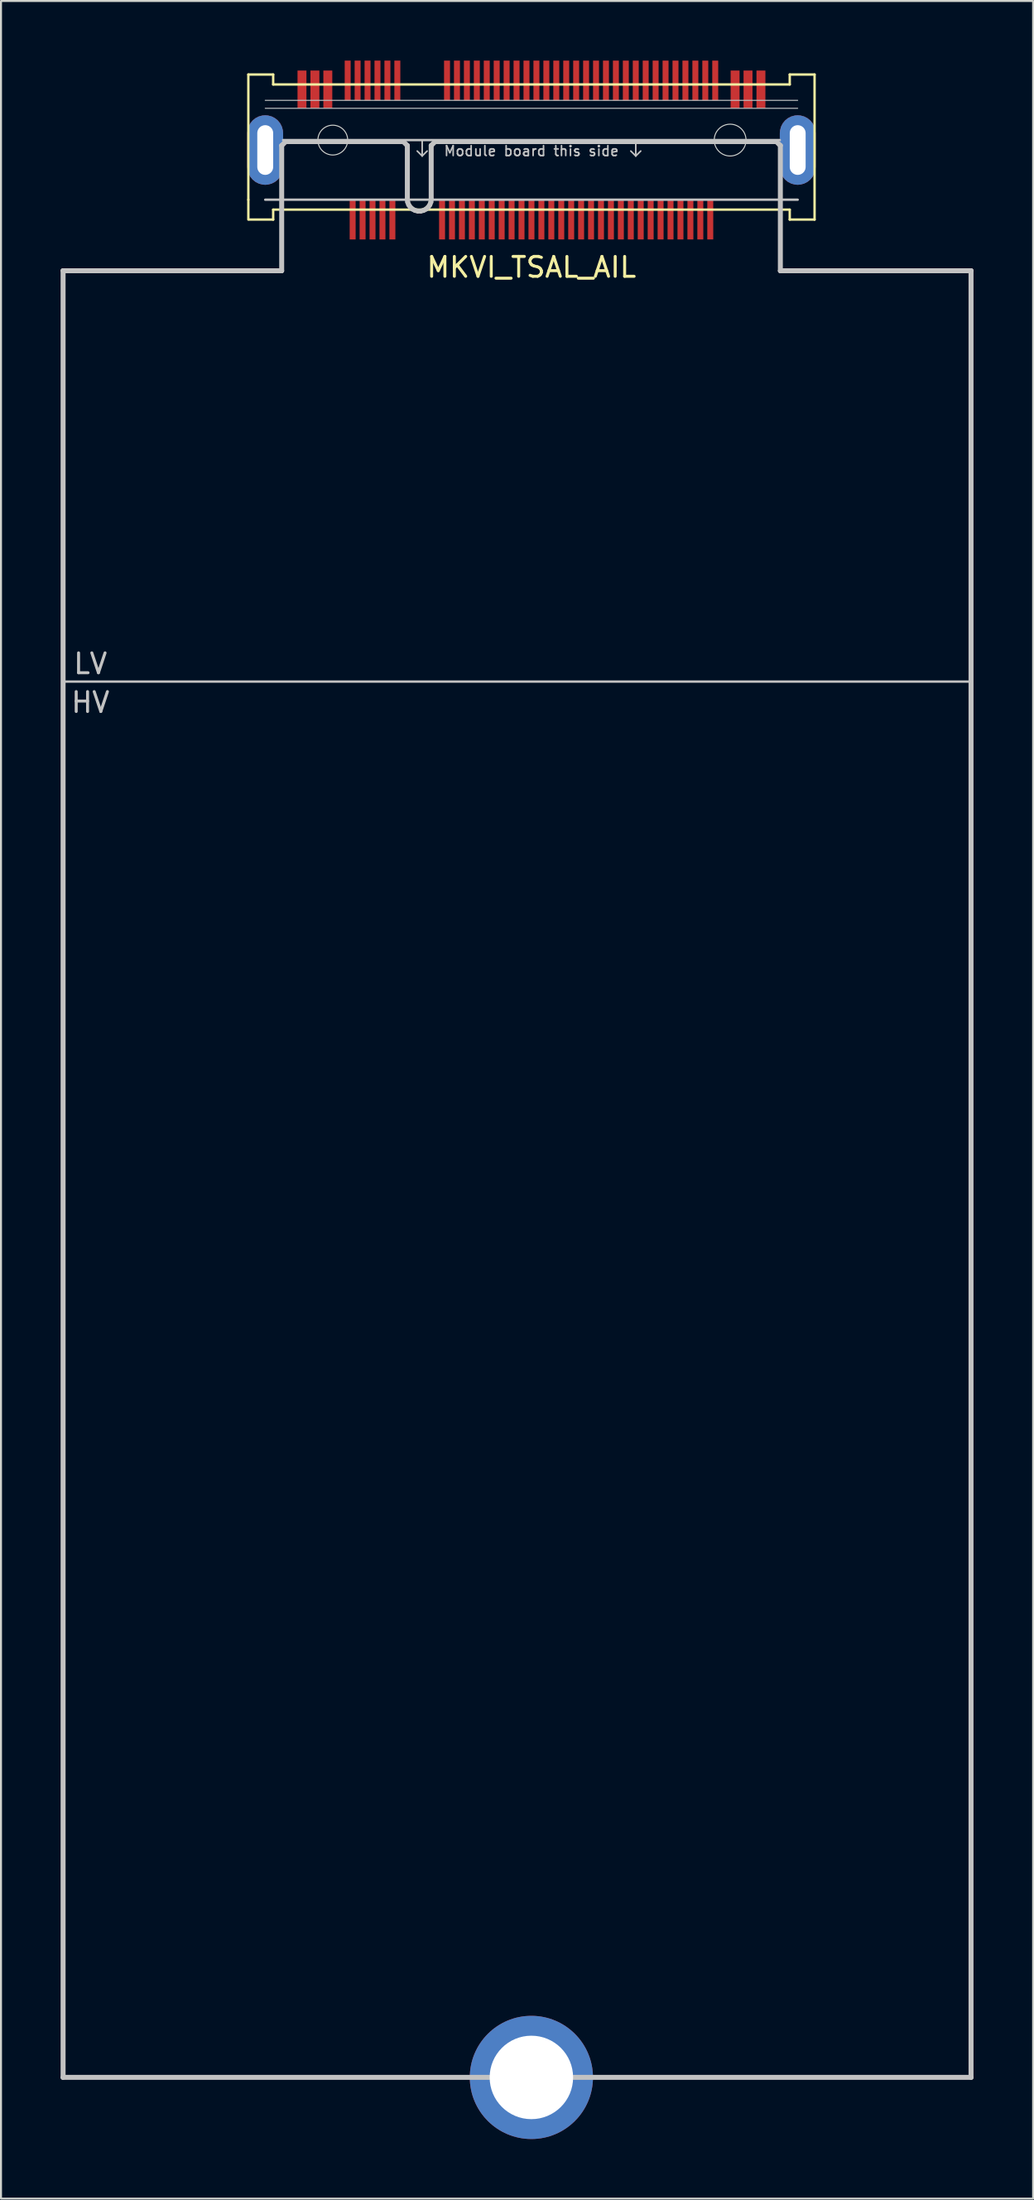
<source format=kicad_pcb>
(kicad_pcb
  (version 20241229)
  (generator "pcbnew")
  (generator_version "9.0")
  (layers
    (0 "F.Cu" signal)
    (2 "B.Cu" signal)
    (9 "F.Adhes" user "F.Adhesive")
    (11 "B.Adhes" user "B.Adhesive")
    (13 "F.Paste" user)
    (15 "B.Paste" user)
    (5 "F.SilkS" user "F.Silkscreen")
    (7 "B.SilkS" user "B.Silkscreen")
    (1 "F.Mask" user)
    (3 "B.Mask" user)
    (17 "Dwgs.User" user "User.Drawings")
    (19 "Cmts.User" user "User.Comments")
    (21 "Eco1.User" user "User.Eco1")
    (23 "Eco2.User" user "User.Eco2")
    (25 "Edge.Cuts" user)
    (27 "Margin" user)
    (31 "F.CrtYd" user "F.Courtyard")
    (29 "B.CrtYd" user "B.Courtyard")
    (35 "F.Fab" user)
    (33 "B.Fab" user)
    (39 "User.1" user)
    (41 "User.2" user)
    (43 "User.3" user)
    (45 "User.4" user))
  (footprint "MKVI_TSAL_AIL"
    (layer "F.Cu")
    (at 23.7 4)
    (property "Reference" "MKVI_TSAL_AIL" (at 0 6.4 0) (unlocked yes) (layer "F.SilkS") (effects (font (size 1 1) (thickness 0.15))))
    (attr smd)
    (fp_line (start -14.25 -3.3) (end -14.25 3) (stroke (width 0.12) (type solid)) (layer "F.SilkS"))
    (fp_line (start -14.25 3) (end -14.25 4) (stroke (width 0.12) (type solid)) (layer "F.SilkS"))
    (fp_line (start -14.2 4) (end -13 4) (stroke (width 0.12) (type solid)) (layer "F.SilkS"))
    (fp_line (start -13 -3.3) (end -14.25 -3.3) (stroke (width 0.12) (type solid)) (layer "F.SilkS"))
    (fp_line (start -13 -2.8) (end -13 -3.3) (stroke (width 0.12) (type solid)) (layer "F.SilkS"))
    (fp_line (start -13 3.5) (end 13 3.5) (stroke (width 0.12) (type solid)) (layer "F.SilkS"))
    (fp_line (start -13 4) (end -13 3.5) (stroke (width 0.12) (type solid)) (layer "F.SilkS"))
    (fp_line (start 13 -3.3) (end 13 -2.8) (stroke (width 0.12) (type solid)) (layer "F.SilkS"))
    (fp_line (start 13 -2.8) (end -13 -2.8) (stroke (width 0.12) (type solid)) (layer "F.SilkS"))
    (fp_line (start 13 3.5) (end 13 4) (stroke (width 0.12) (type solid)) (layer "F.SilkS"))
    (fp_line (start 13 4) (end 14.25 4) (stroke (width 0.12) (type solid)) (layer "F.SilkS"))
    (fp_line (start 14.25 -3.3) (end 13 -3.3) (stroke (width 0.12) (type solid)) (layer "F.SilkS"))
    (fp_line (start 14.25 4) (end 14.25 -3.3) (stroke (width 0.12) (type solid)) (layer "F.SilkS"))
    (fp_line (start -23.6 6.575) (end -23.593 6.558) (stroke (width 0.2) (type solid)) (layer "Dwgs.User"))
    (fp_line (start -23.6 97.492) (end -23.6 6.575) (stroke (width 0.2) (type solid)) (layer "Dwgs.User"))
    (fp_line (start -23.593 6.558) (end -23.575 6.55) (stroke (width 0.2) (type solid)) (layer "Dwgs.User"))
    (fp_line (start -23.593 97.51) (end -23.6 97.492) (stroke (width 0.2) (type solid)) (layer "Dwgs.User"))
    (fp_line (start -23.575 6.55) (end -12.597 6.55) (stroke (width 0.2) (type solid)) (layer "Dwgs.User"))
    (fp_line (start -23.575 97.517) (end -23.593 97.51) (stroke (width 0.2) (type solid)) (layer "Dwgs.User"))
    (fp_line (start -23.55 6.6) (end -23.55 97.467) (stroke (width 0.2) (type solid)) (layer "Dwgs.User"))
    (fp_line (start -23.55 97.467) (end 22.1 97.467) (stroke (width 0.2) (type solid)) (layer "Dwgs.User"))
    (fp_line (start -13.4 -2) (end 13.4 -2) (stroke (width 0.05) (type solid)) (layer "Dwgs.User"))
    (fp_line (start -13.4 -1.6) (end 13.4 -1.6) (stroke (width 0.05) (type solid)) (layer "Dwgs.User"))
    (fp_line (start -13.4 3) (end 13.4 3) (stroke (width 0.12) (type solid)) (layer "Dwgs.User"))
    (fp_line (start -12.597 0.275) (end -12.59 0.258) (stroke (width 0.2) (type solid)) (layer "Dwgs.User"))
    (fp_line (start -12.597 6.55) (end -12.597 0.275) (stroke (width 0.2) (type solid)) (layer "Dwgs.User"))
    (fp_line (start -12.59 0.258) (end -12.39 0.058) (stroke (width 0.2) (type solid)) (layer "Dwgs.User"))
    (fp_line (start -12.572 6.6) (end -23.55 6.6) (stroke (width 0.2) (type solid)) (layer "Dwgs.User"))
    (fp_line (start -12.555 6.593) (end -12.572 6.6) (stroke (width 0.2) (type solid)) (layer "Dwgs.User"))
    (fp_line (start -12.547 0.286) (end -12.547 6.575) (stroke (width 0.2) (type solid)) (layer "Dwgs.User"))
    (fp_line (start -12.547 6.575) (end -12.555 6.593) (stroke (width 0.2) (type solid)) (layer "Dwgs.User"))
    (fp_line (start -12.5 0) (end 12.5 0) (stroke (width 0.12) (type solid)) (layer "Dwgs.User"))
    (fp_line (start -12.39 0.058) (end -12.39 0.058) (stroke (width 0.2) (type solid)) (layer "Dwgs.User"))
    (fp_line (start -12.39 0.058) (end -12.39 0.058) (stroke (width 0.2) (type solid)) (layer "Dwgs.User"))
    (fp_line (start -12.39 0.058) (end -12.372 0.05) (stroke (width 0.2) (type solid)) (layer "Dwgs.User"))
    (fp_line (start -12.372 0.05) (end -12.372 0.05) (stroke (width 0.2) (type solid)) (layer "Dwgs.User"))
    (fp_line (start -12.372 0.05) (end -6.447 0.05) (stroke (width 0.2) (type solid)) (layer "Dwgs.User"))
    (fp_line (start -12.362 0.1) (end -12.547 0.286) (stroke (width 0.2) (type solid)) (layer "Dwgs.User"))
    (fp_line (start -6.458 0.1) (end -12.362 0.1) (stroke (width 0.2) (type solid)) (layer "Dwgs.User"))
    (fp_line (start -6.447 0.05) (end -6.447 0.05) (stroke (width 0.2) (type solid)) (layer "Dwgs.User"))
    (fp_line (start -6.447 0.05) (end -6.435 0.056) (stroke (width 0.2) (type solid)) (layer "Dwgs.User"))
    (fp_line (start -6.435 0.056) (end -6.429 0.058) (stroke (width 0.2) (type solid)) (layer "Dwgs.User"))
    (fp_line (start -6.429 0.058) (end -6.429 0.058) (stroke (width 0.2) (type solid)) (layer "Dwgs.User"))
    (fp_line (start -6.429 0.058) (end -6.23 0.258) (stroke (width 0.2) (type solid)) (layer "Dwgs.User"))
    (fp_line (start -6.272 0.286) (end -6.458 0.1) (stroke (width 0.2) (type solid)) (layer "Dwgs.User"))
    (fp_line (start -6.272 2.975) (end -6.272 0.286) (stroke (width 0.2) (type solid)) (layer "Dwgs.User"))
    (fp_line (start -6.254 3.125) (end -6.272 2.975) (stroke (width 0.2) (type solid)) (layer "Dwgs.User"))
    (fp_line (start -6.23 0.258) (end -6.222 0.275) (stroke (width 0.2) (type solid)) (layer "Dwgs.User"))
    (fp_line (start -6.225 2.983) (end -6.21 3.114) (stroke (width 0.2) (type solid)) (layer "Dwgs.User"))
    (fp_line (start -6.222 0.275) (end -6.222 2.975) (stroke (width 0.2) (type solid)) (layer "Dwgs.User"))
    (fp_line (start -6.222 2.975) (end -6.225 2.983) (stroke (width 0.2) (type solid)) (layer "Dwgs.User"))
    (fp_line (start -6.21 3.114) (end -6.16 3.245) (stroke (width 0.2) (type solid)) (layer "Dwgs.User"))
    (fp_line (start -6.201 3.266) (end -6.254 3.125) (stroke (width 0.2) (type solid)) (layer "Dwgs.User"))
    (fp_line (start -6.16 3.245) (end -6.081 3.359) (stroke (width 0.2) (type solid)) (layer "Dwgs.User"))
    (fp_line (start -6.115 3.39) (end -6.201 3.266) (stroke (width 0.2) (type solid)) (layer "Dwgs.User"))
    (fp_line (start -6.081 3.359) (end -5.976 3.452) (stroke (width 0.2) (type solid)) (layer "Dwgs.User"))
    (fp_line (start -6.002 3.49) (end -6.115 3.39) (stroke (width 0.2) (type solid)) (layer "Dwgs.User"))
    (fp_line (start -5.976 3.452) (end -5.853 3.517) (stroke (width 0.2) (type solid)) (layer "Dwgs.User"))
    (fp_line (start -5.869 3.56) (end -6.002 3.49) (stroke (width 0.2) (type solid)) (layer "Dwgs.User"))
    (fp_line (start -5.853 3.517) (end -5.717 3.55) (stroke (width 0.2) (type solid)) (layer "Dwgs.User"))
    (fp_line (start -5.723 3.596) (end -5.869 3.56) (stroke (width 0.2) (type solid)) (layer "Dwgs.User"))
    (fp_line (start -5.717 3.55) (end -5.577 3.55) (stroke (width 0.2) (type solid)) (layer "Dwgs.User"))
    (fp_line (start -5.577 3.55) (end -5.442 3.517) (stroke (width 0.2) (type solid)) (layer "Dwgs.User"))
    (fp_line (start -5.572 3.596) (end -5.723 3.596) (stroke (width 0.2) (type solid)) (layer "Dwgs.User"))
    (fp_line (start -5.5 0) (end -5.5 0.8) (stroke (width 0.08) (type solid)) (layer "Dwgs.User"))
    (fp_line (start -5.5 0.8) (end -5.75 0.55) (stroke (width 0.08) (type solid)) (layer "Dwgs.User"))
    (fp_line (start -5.5 0.8) (end -5.25 0.55) (stroke (width 0.08) (type solid)) (layer "Dwgs.User"))
    (fp_line (start -5.442 3.517) (end -5.318 3.452) (stroke (width 0.2) (type solid)) (layer "Dwgs.User"))
    (fp_line (start -5.426 3.56) (end -5.572 3.596) (stroke (width 0.2) (type solid)) (layer "Dwgs.User"))
    (fp_line (start -5.318 3.452) (end -5.214 3.359) (stroke (width 0.2) (type solid)) (layer "Dwgs.User"))
    (fp_line (start -5.292 3.49) (end -5.426 3.56) (stroke (width 0.2) (type solid)) (layer "Dwgs.User"))
    (fp_line (start -5.214 3.359) (end -5.134 3.245) (stroke (width 0.2) (type solid)) (layer "Dwgs.User"))
    (fp_line (start -5.179 3.39) (end -5.292 3.49) (stroke (width 0.2) (type solid)) (layer "Dwgs.User"))
    (fp_line (start -5.134 3.245) (end -5.085 3.114) (stroke (width 0.2) (type solid)) (layer "Dwgs.User"))
    (fp_line (start -5.094 3.266) (end -5.179 3.39) (stroke (width 0.2) (type solid)) (layer "Dwgs.User"))
    (fp_line (start -5.085 3.114) (end -5.069 2.983) (stroke (width 0.2) (type solid)) (layer "Dwgs.User"))
    (fp_line (start -5.072 0.275) (end -5.065 0.258) (stroke (width 0.2) (type solid)) (layer "Dwgs.User"))
    (fp_line (start -5.072 2.975) (end -5.072 0.275) (stroke (width 0.2) (type solid)) (layer "Dwgs.User"))
    (fp_line (start -5.069 2.983) (end -5.072 2.975) (stroke (width 0.2) (type solid)) (layer "Dwgs.User"))
    (fp_line (start -5.065 0.258) (end -4.865 0.058) (stroke (width 0.2) (type solid)) (layer "Dwgs.User"))
    (fp_line (start -5.04 3.125) (end -5.094 3.266) (stroke (width 0.2) (type solid)) (layer "Dwgs.User"))
    (fp_line (start -5.022 0.286) (end -5.022 2.975) (stroke (width 0.2) (type solid)) (layer "Dwgs.User"))
    (fp_line (start -5.022 2.975) (end -5.04 3.125) (stroke (width 0.2) (type solid)) (layer "Dwgs.User"))
    (fp_line (start -4.865 0.058) (end -4.865 0.058) (stroke (width 0.2) (type solid)) (layer "Dwgs.User"))
    (fp_line (start -4.865 0.058) (end -4.865 0.058) (stroke (width 0.2) (type solid)) (layer "Dwgs.User"))
    (fp_line (start -4.865 0.058) (end -4.847 0.05) (stroke (width 0.2) (type solid)) (layer "Dwgs.User"))
    (fp_line (start -4.847 0.05) (end -4.847 0.05) (stroke (width 0.2) (type solid)) (layer "Dwgs.User"))
    (fp_line (start -4.847 0.05) (end 12.328 0.05) (stroke (width 0.2) (type solid)) (layer "Dwgs.User"))
    (fp_line (start -4.837 0.1) (end -5.022 0.286) (stroke (width 0.2) (type solid)) (layer "Dwgs.User"))
    (fp_line (start 5.25 0) (end 5.25 0.8) (stroke (width 0.08) (type solid)) (layer "Dwgs.User"))
    (fp_line (start 5.25 0.8) (end 5 0.55) (stroke (width 0.08) (type solid)) (layer "Dwgs.User"))
    (fp_line (start 5.25 0.8) (end 5.5 0.55) (stroke (width 0.08) (type solid)) (layer "Dwgs.User"))
    (fp_line (start 12.317 0.1) (end -4.837 0.1) (stroke (width 0.2) (type solid)) (layer "Dwgs.User"))
    (fp_line (start 12.328 0.05) (end 12.328 0.05) (stroke (width 0.2) (type solid)) (layer "Dwgs.User"))
    (fp_line (start 12.328 0.05) (end 12.34 0.056) (stroke (width 0.2) (type solid)) (layer "Dwgs.User"))
    (fp_line (start 12.34 0.056) (end 12.345 0.058) (stroke (width 0.2) (type solid)) (layer "Dwgs.User"))
    (fp_line (start 12.345 0.058) (end 12.345 0.058) (stroke (width 0.2) (type solid)) (layer "Dwgs.User"))
    (fp_line (start 12.345 0.058) (end 12.545 0.258) (stroke (width 0.2) (type solid)) (layer "Dwgs.User"))
    (fp_line (start 12.503 0.286) (end 12.317 0.1) (stroke (width 0.2) (type solid)) (layer "Dwgs.User"))
    (fp_line (start 12.503 6.575) (end 12.503 0.286) (stroke (width 0.2) (type solid)) (layer "Dwgs.User"))
    (fp_line (start 12.51 6.593) (end 12.503 6.575) (stroke (width 0.2) (type solid)) (layer "Dwgs.User"))
    (fp_line (start 12.528 6.6) (end 12.51 6.593) (stroke (width 0.2) (type solid)) (layer "Dwgs.User"))
    (fp_line (start 12.545 0.258) (end 12.553 0.275) (stroke (width 0.2) (type solid)) (layer "Dwgs.User"))
    (fp_line (start 12.553 0.275) (end 12.553 6.55) (stroke (width 0.2) (type solid)) (layer "Dwgs.User"))
    (fp_line (start 12.553 6.55) (end 22.125 6.55) (stroke (width 0.2) (type solid)) (layer "Dwgs.User"))
    (fp_line (start 22.1 6.6) (end 12.528 6.6) (stroke (width 0.2) (type solid)) (layer "Dwgs.User"))
    (fp_line (start 22.1 97.467) (end 22.1 6.6) (stroke (width 0.2) (type solid)) (layer "Dwgs.User"))
    (fp_line (start 22.125 6.55) (end 22.143 6.558) (stroke (width 0.2) (type solid)) (layer "Dwgs.User"))
    (fp_line (start 22.125 97.517) (end -23.575 97.517) (stroke (width 0.2) (type solid)) (layer "Dwgs.User"))
    (fp_line (start 22.143 6.558) (end 22.15 6.575) (stroke (width 0.2) (type solid)) (layer "Dwgs.User"))
    (fp_line (start 22.143 97.51) (end 22.125 97.517) (stroke (width 0.2) (type solid)) (layer "Dwgs.User"))
    (fp_line (start 22.15 6.575) (end 22.15 97.492) (stroke (width 0.2) (type solid)) (layer "Dwgs.User"))
    (fp_line (start 22.15 27.25) (end -23.55 27.25) (stroke (width 0.12) (type solid)) (layer "Dwgs.User"))
    (fp_line (start 22.15 97.492) (end 22.143 97.51) (stroke (width 0.2) (type solid)) (layer "Dwgs.User"))
    (fp_circle (center -10 0) (end -9.25 0) (stroke (width 0.05) (type solid)) (fill no) (layer "Edge.Cuts"))
    (fp_circle (center 10 0) (end 10.8 0) (stroke (width 0.05) (type solid)) (fill no) (layer "Edge.Cuts"))
    (fp_text user "Module board this side" (at 0 0.55 0) (unlocked yes) (layer "Dwgs.User") (effects (font (size 0.5 0.5) (thickness 0.08))))
    (fp_text user "LV" (at -22.2 26.35 0) (unlocked yes) (layer "Dwgs.User") (effects (font (size 1 1) (thickness 0.15))))
    (fp_text user "HV" (at -22.2 28.3 0) (unlocked yes) (layer "Dwgs.User") (effects (font (size 1 1) (thickness 0.15))))
    (pad "1" thru_hole circle (at -0.004 97.496) (size 6.2 6.2) (drill 4.2) (layers "*.Cu" "F.Mask" "F.Paste"))
    (pad "4" smd rect (at -9.25 -3) (size 0.3 2) (layers "F.Cu" "F.Mask" "F.Paste"))
    (pad "5" smd rect (at -8.75 -3) (size 0.3 2) (layers "F.Cu" "F.Mask" "F.Paste"))
    (pad "6" smd rect (at -8.25 -3) (size 0.3 2) (layers "F.Cu" "F.Mask" "F.Paste"))
    (pad "7" smd rect (at -7.75 -3) (size 0.3 2) (layers "F.Cu" "F.Mask" "F.Paste"))
    (pad "8" smd rect (at -7.25 -3) (size 0.3 2) (layers "F.Cu" "F.Mask" "F.Paste"))
    (pad "9" smd rect (at -6.75 -3) (size 0.3 2) (layers "F.Cu" "F.Mask" "F.Paste"))
    (pad "10" smd rect (at -4.25 -3) (size 0.3 2) (layers "F.Cu" "F.Mask" "F.Paste"))
    (pad "11" smd rect (at -3.75 -3) (size 0.3 2) (layers "F.Cu" "F.Mask" "F.Paste"))
    (pad "12" smd rect (at -3.25 -3) (size 0.3 2) (layers "F.Cu" "F.Mask" "F.Paste"))
    (pad "13" smd rect (at -2.75 -3) (size 0.3 2) (layers "F.Cu" "F.Mask" "F.Paste"))
    (pad "14" smd rect (at -2.25 -3) (size 0.3 2) (layers "F.Cu" "F.Mask" "F.Paste"))
    (pad "15" smd rect (at -1.75 -3) (size 0.3 2) (layers "F.Cu" "F.Mask" "F.Paste"))
    (pad "16" smd rect (at -1.25 -3) (size 0.3 2) (layers "F.Cu" "F.Mask" "F.Paste"))
    (pad "17" smd rect (at -0.75 -3) (size 0.3 2) (layers "F.Cu" "F.Mask" "F.Paste"))
    (pad "18" smd rect (at -0.25 -3) (size 0.3 2) (layers "F.Cu" "F.Mask" "F.Paste"))
    (pad "19" smd rect (at 0.25 -3) (size 0.3 2) (layers "F.Cu" "F.Mask" "F.Paste"))
    (pad "20" smd rect (at 0.75 -3) (size 0.3 2) (layers "F.Cu" "F.Mask" "F.Paste"))
    (pad "21" smd rect (at 1.25 -3) (size 0.3 2) (layers "F.Cu" "F.Mask" "F.Paste"))
    (pad "22" smd rect (at 1.75 -3) (size 0.3 2) (layers "F.Cu" "F.Mask" "F.Paste"))
    (pad "23" smd rect (at 2.25 -3) (size 0.3 2) (layers "F.Cu" "F.Mask" "F.Paste"))
    (pad "24" smd rect (at 2.75 -3) (size 0.3 2) (layers "F.Cu" "F.Mask" "F.Paste"))
    (pad "25" smd rect (at 3.25 -3) (size 0.3 2) (layers "F.Cu" "F.Mask" "F.Paste"))
    (pad "26" smd rect (at 3.75 -3) (size 0.3 2) (layers "F.Cu" "F.Mask" "F.Paste"))
    (pad "27" smd rect (at 4.25 -3) (size 0.3 2) (layers "F.Cu" "F.Mask" "F.Paste"))
    (pad "28" smd rect (at 4.75 -3) (size 0.3 2) (layers "F.Cu" "F.Mask" "F.Paste"))
    (pad "29" smd rect (at 5.25 -3) (size 0.3 2) (layers "F.Cu" "F.Mask" "F.Paste"))
    (pad "30" smd rect (at 5.75 -3) (size 0.3 2) (layers "F.Cu" "F.Mask" "F.Paste"))
    (pad "31" smd rect (at 6.25 -3) (size 0.3 2) (layers "F.Cu" "F.Mask" "F.Paste"))
    (pad "32" smd rect (at 6.75 -3) (size 0.3 2) (layers "F.Cu" "F.Mask" "F.Paste"))
    (pad "33" smd rect (at 7.25 -3) (size 0.3 2) (layers "F.Cu" "F.Mask" "F.Paste"))
    (pad "34" smd rect (at 7.75 -3) (size 0.3 2) (layers "F.Cu" "F.Mask" "F.Paste"))
    (pad "35" smd rect (at 8.25 -3) (size 0.3 2) (layers "F.Cu" "F.Mask" "F.Paste"))
    (pad "36" smd rect (at 8.75 -3) (size 0.3 2) (layers "F.Cu" "F.Mask" "F.Paste"))
    (pad "37" smd rect (at 9.25 -3) (size 0.3 2) (layers "F.Cu" "F.Mask" "F.Paste"))
    (pad "41" smd rect (at -9 4) (size 0.3 2) (layers "F.Cu" "F.Mask" "F.Paste"))
    (pad "42" smd rect (at -8.5 4) (size 0.3 2) (layers "F.Cu" "F.Mask" "F.Paste"))
    (pad "43" smd rect (at -8 4) (size 0.3 2) (layers "F.Cu" "F.Mask" "F.Paste"))
    (pad "44" smd rect (at -7.5 4) (size 0.3 2) (layers "F.Cu" "F.Mask" "F.Paste"))
    (pad "45" smd rect (at -7 4) (size 0.3 2) (layers "F.Cu" "F.Mask" "F.Paste"))
    (pad "46" smd rect (at -4.5 4) (size 0.3 2) (layers "F.Cu" "F.Mask" "F.Paste"))
    (pad "47" smd rect (at -4 4) (size 0.3 2) (layers "F.Cu" "F.Mask" "F.Paste"))
    (pad "48" smd rect (at -3.5 4) (size 0.3 2) (layers "F.Cu" "F.Mask" "F.Paste"))
    (pad "49" smd rect (at -3 4) (size 0.3 2) (layers "F.Cu" "F.Mask" "F.Paste"))
    (pad "50" smd rect (at -2.5 4) (size 0.3 2) (layers "F.Cu" "F.Mask" "F.Paste"))
    (pad "51" smd rect (at -2 4) (size 0.3 2) (layers "F.Cu" "F.Mask" "F.Paste"))
    (pad "52" smd rect (at -1.5 4) (size 0.3 2) (layers "F.Cu" "F.Mask" "F.Paste"))
    (pad "53" smd rect (at -1 4) (size 0.3 2) (layers "F.Cu" "F.Mask" "F.Paste"))
    (pad "54" smd rect (at -0.5 4) (size 0.3 2) (layers "F.Cu" "F.Mask" "F.Paste"))
    (pad "55" smd rect (at 0 4) (size 0.3 2) (layers "F.Cu" "F.Mask" "F.Paste"))
    (pad "56" smd rect (at 0.5 4) (size 0.3 2) (layers "F.Cu" "F.Mask" "F.Paste"))
    (pad "57" smd rect (at 1 4) (size 0.3 2) (layers "F.Cu" "F.Mask" "F.Paste"))
    (pad "58" smd rect (at 1.5 4) (size 0.3 2) (layers "F.Cu" "F.Mask" "F.Paste"))
    (pad "59" smd rect (at 2 4) (size 0.3 2) (layers "F.Cu" "F.Mask" "F.Paste"))
    (pad "60" smd rect (at 2.5 4) (size 0.3 2) (layers "F.Cu" "F.Mask" "F.Paste"))
    (pad "61" smd rect (at 3 4) (size 0.3 2) (layers "F.Cu" "F.Mask" "F.Paste"))
    (pad "62" smd rect (at 3.5 4) (size 0.3 2) (layers "F.Cu" "F.Mask" "F.Paste"))
    (pad "63" smd rect (at 4 4) (size 0.3 2) (layers "F.Cu" "F.Mask" "F.Paste"))
    (pad "64" smd rect (at 4.5 4) (size 0.3 2) (layers "F.Cu" "F.Mask" "F.Paste"))
    (pad "65" smd rect (at 5 4) (size 0.3 2) (layers "F.Cu" "F.Mask" "F.Paste"))
    (pad "66" smd rect (at 5.5 4) (size 0.3 2) (layers "F.Cu" "F.Mask" "F.Paste"))
    (pad "67" smd rect (at 6 4) (size 0.3 2) (layers "F.Cu" "F.Mask" "F.Paste"))
    (pad "68" smd rect (at 6.5 4) (size 0.3 2) (layers "F.Cu" "F.Mask" "F.Paste"))
    (pad "69" smd rect (at 7 4) (size 0.3 2) (layers "F.Cu" "F.Mask" "F.Paste"))
    (pad "70" smd rect (at 7.5 4) (size 0.3 2) (layers "F.Cu" "F.Mask" "F.Paste"))
    (pad "71" smd rect (at 8 4) (size 0.3 2) (layers "F.Cu" "F.Mask" "F.Paste"))
    (pad "72" smd rect (at 8.5 4) (size 0.3 2) (layers "F.Cu" "F.Mask" "F.Paste"))
    (pad "73" smd rect (at 9 4) (size 0.3 2) (layers "F.Cu" "F.Mask" "F.Paste"))
    (pad "75" thru_hole roundrect (at -13.4 0.5) (size 1.8 3.5) (drill oval 0.8 2.5) (layers "*.Cu" "*.Mask") (roundrect_rratio 0.5))
    (pad "76" thru_hole roundrect (at 13.4 0.5) (size 1.8 3.5) (drill oval 0.8 2.5) (layers "*.Cu" "*.Mask") (roundrect_rratio 0.5))
    (pad "P1" smd rect (at -11.55 -2.55) (size 0.45 1.9) (layers "F.Cu" "F.Mask" "F.Paste"))
    (pad "P2" smd rect (at -10.9 -2.55) (size 0.45 1.9) (layers "F.Cu" "F.Mask" "F.Paste"))
    (pad "P3" smd rect (at -10.25 -2.55) (size 0.45 1.9) (layers "F.Cu" "F.Mask" "F.Paste"))
    (pad "P38" smd rect (at 10.25 -2.55) (size 0.45 1.9) (layers "F.Cu" "F.Mask" "F.Paste"))
    (pad "P39" smd rect (at 10.9 -2.55) (size 0.45 1.9) (layers "F.Cu" "F.Mask" "F.Paste"))
    (pad "P40" smd rect (at 11.55 -2.55) (size 0.45 1.9) (layers "F.Cu" "F.Mask" "F.Paste"))
    (zone (net_name "") (layers "F.Cu" "Dwgs.User") (hatch edge 0.508) (connect_pads) (min_thickness 0.254) (filled_areas_thickness no) (keepout (tracks allowed) (vias allowed) (pads allowed) (copperpour allowed) (footprints not_allowed)) (placement (enabled no)) (fill) (polygon (pts (xy 10.7 1.2) (xy 36.7 1.2) (xy 36.7 0.7) (xy 37.95 0.7) (xy 37.95 8) (xy 36.7 8) (xy 36.7 7.5) (xy 10.7 7.5) (xy 10.7 8) (xy 9.45 8) (xy 9.45 0.7) (xy 10.7 0.7)))))
  (gr_rect
    (start -3 -3)
    (end 48.95 107.596)
    (stroke (width 0.1) (type default))
    (fill no)
    (layer "Edge.Cuts")))
</source>
